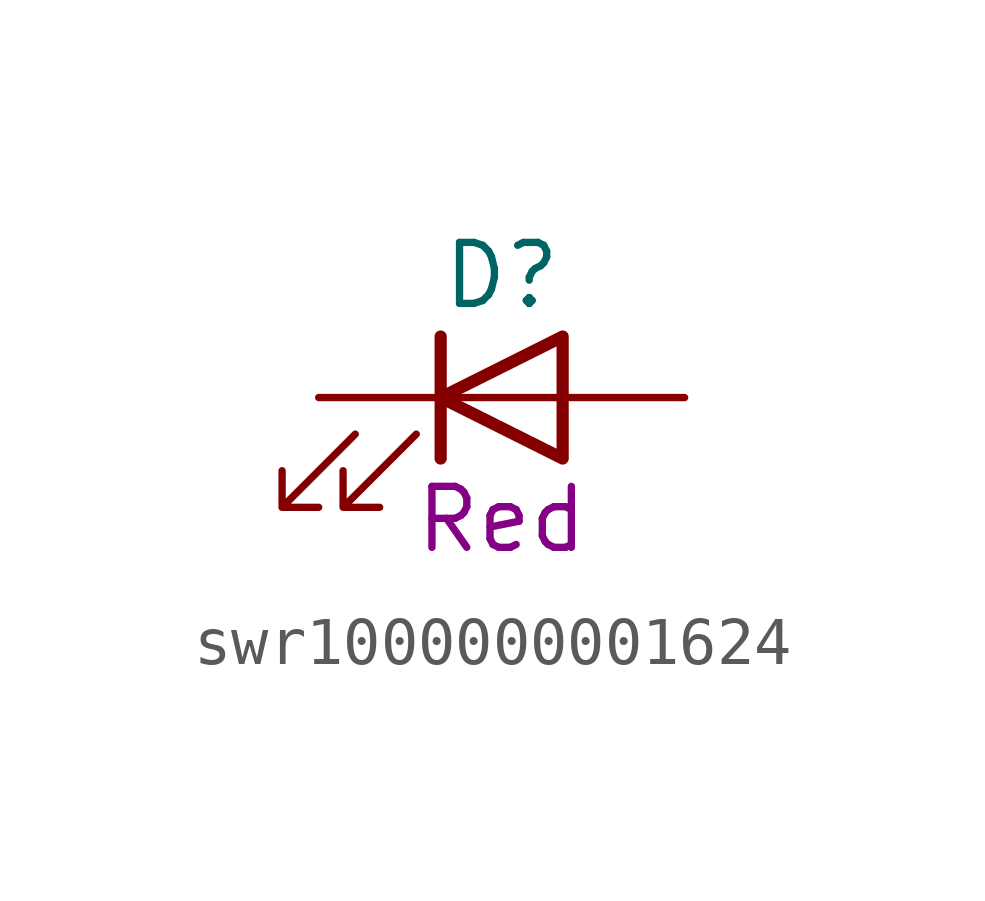
<source format=kicad_sym>
(kicad_symbol_lib
  (version 20211014)
  (generator kicad_symbol_editor)
  (symbol "swr1000000001624"
    (pin_numbers hide)
    (pin_names
      (offset 1.016) hide)
    (property "Reference" "D"
      (at 0 2.54 0)
      (effects (font (size 1.27 1.27))))
    (property "PartValue" "Red"
      (at 0 -2.54 0)
      (effects (font (size 1.27 1.27))))
    (symbol "swr1000000001624_0_1"
      (polyline (pts (xy -1.27 -1.27) (xy -1.27 1.27)) (stroke (width 0.254) (type default) (color 0 0 0 0)) (fill (type none)))
      (polyline (pts (xy -1.27 0) (xy 1.27 0)) (stroke (width 0) (type default) (color 0 0 0 0)) (fill (type none)))
      (polyline (pts (xy 1.27 -1.27) (xy 1.27 1.27) (xy -1.27 0) (xy 1.27 -1.27)) (stroke (width 0.254) (type default) (color 0 0 0 0)) (fill (type none)))
      (polyline (pts (xy -3.048 -0.762) (xy -4.572 -2.286) (xy -3.81 -2.286) (xy -4.572 -2.286) (xy -4.572 -1.524)) (stroke (width 0) (type default) (color 0 0 0 0)) (fill (type none)))
      (polyline (pts (xy -1.778 -0.762) (xy -3.302 -2.286) (xy -2.54 -2.286) (xy -3.302 -2.286) (xy -3.302 -1.524)) (stroke (width 0) (type default) (color 0 0 0 0)) (fill (type none))))
    (symbol "swr1000000001624_1_1"
      (pin passive line (at -3.81 0 0) (length 2.54) (name "K" (effects (font (size 1.27 1.27)))) (number "1" (effects (font (size 1.27 1.27)))))
      (pin passive line (at 3.81 0 180) (length 2.54) (name "A" (effects (font (size 1.27 1.27)))) (number "2" (effects (font (size 1.27 1.27))))))))
</source>
